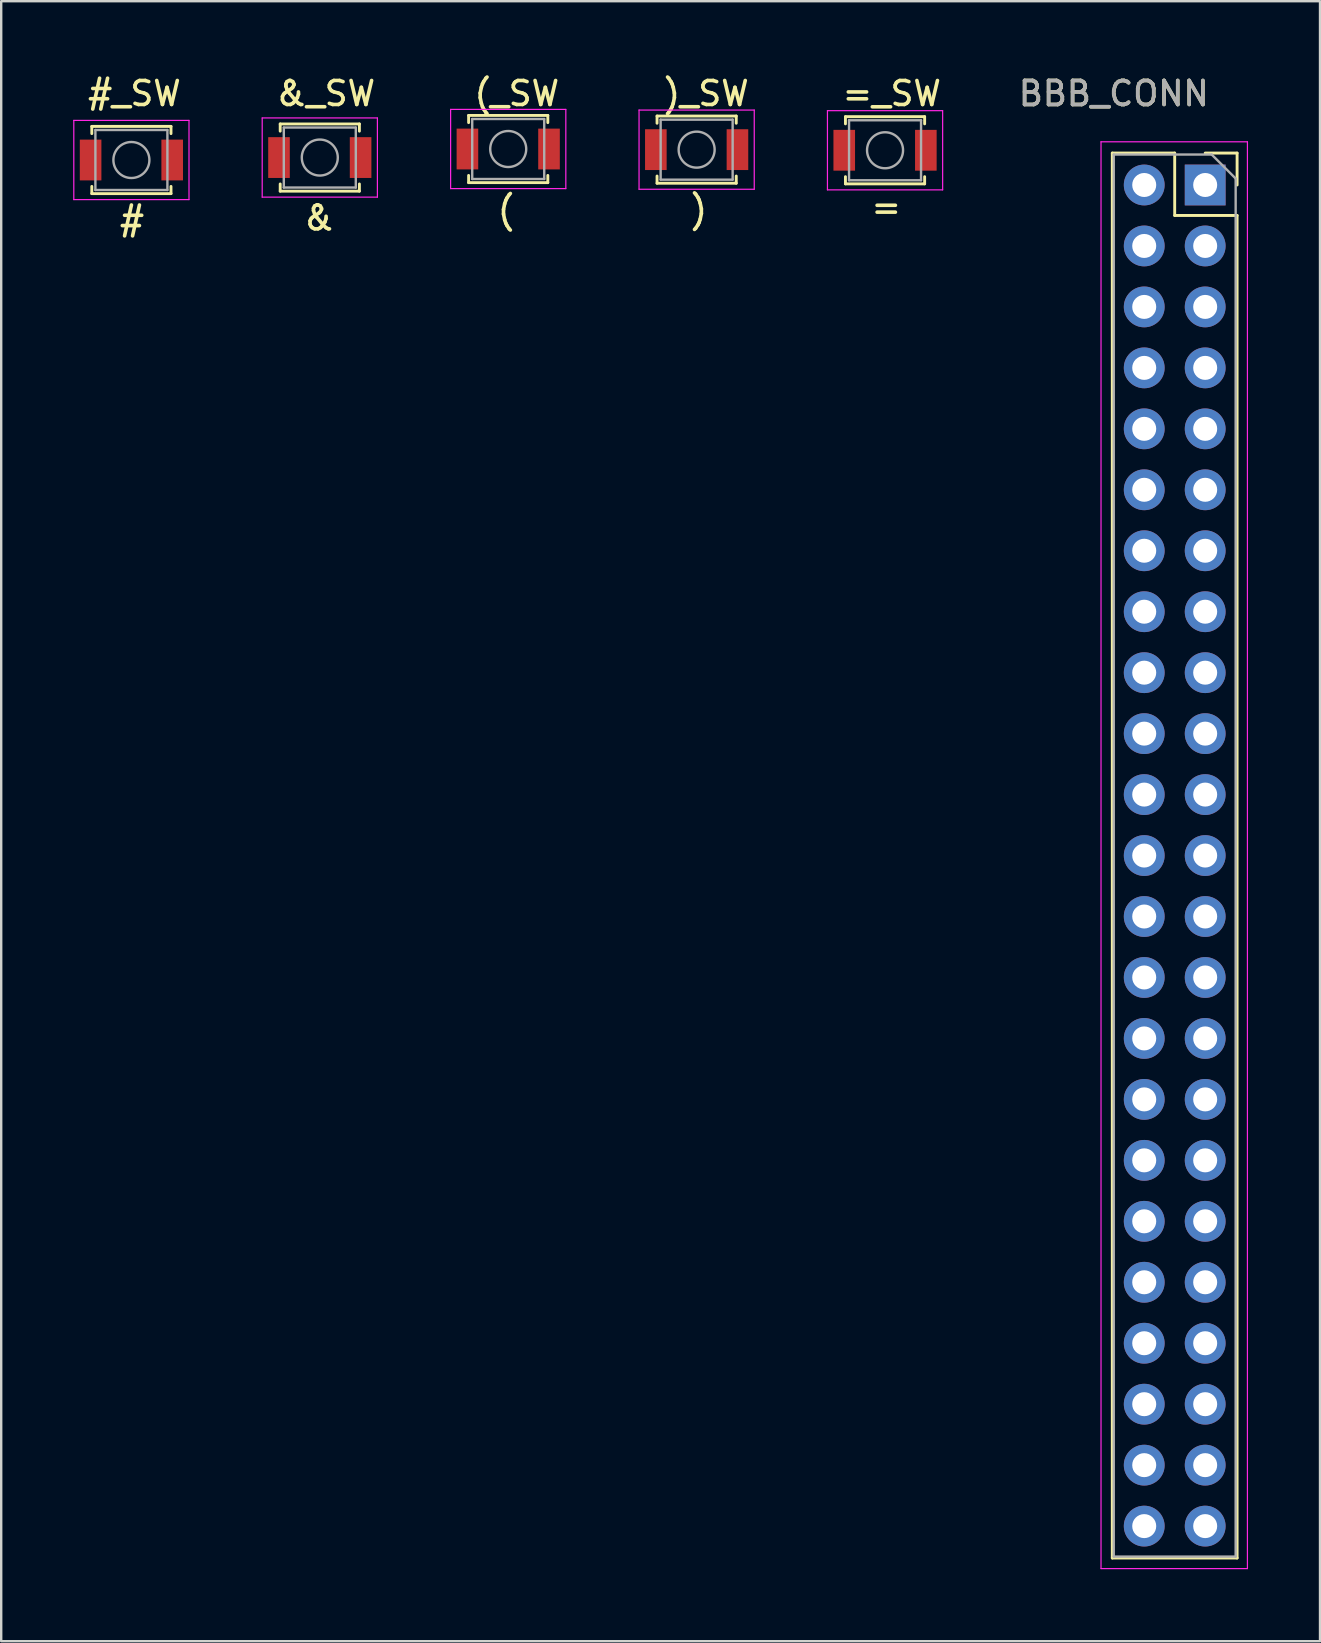
<source format=kicad_pcb>
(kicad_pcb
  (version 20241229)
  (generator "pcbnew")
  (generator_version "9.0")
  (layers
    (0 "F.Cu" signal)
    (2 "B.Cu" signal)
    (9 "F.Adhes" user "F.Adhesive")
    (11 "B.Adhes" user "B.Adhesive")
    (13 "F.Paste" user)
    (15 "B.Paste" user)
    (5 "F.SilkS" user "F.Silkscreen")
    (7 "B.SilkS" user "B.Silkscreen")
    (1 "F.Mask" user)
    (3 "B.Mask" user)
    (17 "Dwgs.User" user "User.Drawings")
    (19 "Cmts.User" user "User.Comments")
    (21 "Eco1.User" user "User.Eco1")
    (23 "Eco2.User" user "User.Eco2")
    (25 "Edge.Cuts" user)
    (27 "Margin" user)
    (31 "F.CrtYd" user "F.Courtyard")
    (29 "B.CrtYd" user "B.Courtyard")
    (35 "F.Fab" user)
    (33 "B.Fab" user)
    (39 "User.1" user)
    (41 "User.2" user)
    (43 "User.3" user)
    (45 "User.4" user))
  (footprint "&_SW"
    (layer "F.Cu")
    (at 10.199 6.182)
    (property "Reference" "&_SW" (at 0.33 -5.334 0) (layer "F.SilkS") (effects (font (size 1 1) (thickness 0.15))))
    (attr through_hole)
    (fp_line (start -1.574 -4.067) (end 1.726 -4.067) (stroke (width 0.12) (type solid)) (layer "F.SilkS"))
    (fp_line (start -1.574 -3.767) (end -1.574 -4.067) (stroke (width 0.12) (type solid)) (layer "F.SilkS"))
    (fp_line (start -1.574 -1.567) (end -1.574 -1.267) (stroke (width 0.12) (type solid)) (layer "F.SilkS"))
    (fp_line (start -1.574 -1.267) (end 1.726 -1.267) (stroke (width 0.12) (type solid)) (layer "F.SilkS"))
    (fp_line (start 1.726 -4.067) (end 1.726 -3.767) (stroke (width 0.12) (type solid)) (layer "F.SilkS"))
    (fp_line (start 1.726 -1.267) (end 1.726 -1.567) (stroke (width 0.12) (type solid)) (layer "F.SilkS"))
    (fp_line (start -2.324 -4.317) (end -2.324 -1.017) (stroke (width 0.05) (type solid)) (layer "F.CrtYd"))
    (fp_line (start -2.324 -1.017) (end 2.476 -1.017) (stroke (width 0.05) (type solid)) (layer "F.CrtYd"))
    (fp_line (start 2.476 -4.317) (end -2.324 -4.317) (stroke (width 0.05) (type solid)) (layer "F.CrtYd"))
    (fp_line (start 2.476 -1.017) (end 2.476 -4.317) (stroke (width 0.05) (type solid)) (layer "F.CrtYd"))
    (fp_line (start -1.424 -3.917) (end 1.576 -3.917) (stroke (width 0.1) (type solid)) (layer "F.Fab"))
    (fp_line (start -1.424 -1.417) (end -1.424 -3.917) (stroke (width 0.1) (type solid)) (layer "F.Fab"))
    (fp_line (start 1.576 -3.917) (end 1.576 -1.417) (stroke (width 0.1) (type solid)) (layer "F.Fab"))
    (fp_line (start 1.576 -1.417) (end -1.424 -1.417) (stroke (width 0.1) (type solid)) (layer "F.Fab"))
    (fp_circle (center 0.076 -2.667) (end 0.826 -2.667) (stroke (width 0.1) (type solid)) (fill no) (layer "F.Fab"))
    (fp_text user "&" (at 0.051 -0.152 0) (layer "F.SilkS") (effects (font (size 1 1) (thickness 0.15))))
    (pad "1" smd rect (at -1.624 -2.667) (size 0.9 1.7) (layers "F.Cu" "F.Mask" "F.Paste"))
    (pad "2" smd rect (at 1.776 -2.667) (size 0.9 1.7) (layers "F.Cu" "F.Mask" "F.Paste")))
  (footprint "BBB_CONN"
    (layer "F.Cu")
    (at 45.896 31.328)
    (property "Reference" "BBB_CONN" (at -2.54 -30.48 0) (layer "F.SilkS") (effects (font (size 1 1) (thickness 0.15))))
    (attr through_hole)
    (fp_line (start -2.6 -28) (end -2.6 30.54) (stroke (width 0.12) (type solid)) (layer "F.SilkS"))
    (fp_line (start -2.6 -28) (end 0 -28) (stroke (width 0.12) (type solid)) (layer "F.SilkS"))
    (fp_line (start -2.6 30.54) (end 2.6 30.54) (stroke (width 0.12) (type solid)) (layer "F.SilkS"))
    (fp_line (start 0 -28) (end 0 -25.4) (stroke (width 0.12) (type solid)) (layer "F.SilkS"))
    (fp_line (start 0 -25.4) (end 2.6 -25.4) (stroke (width 0.12) (type solid)) (layer "F.SilkS"))
    (fp_line (start 1.27 -28) (end 2.6 -28) (stroke (width 0.12) (type solid)) (layer "F.SilkS"))
    (fp_line (start 2.6 -28) (end 2.6 -26.67) (stroke (width 0.12) (type solid)) (layer "F.SilkS"))
    (fp_line (start 2.6 -25.4) (end 2.6 30.54) (stroke (width 0.12) (type solid)) (layer "F.SilkS"))
    (fp_line (start -3.07 -28.47) (end 3.03 -28.47) (stroke (width 0.05) (type solid)) (layer "F.CrtYd"))
    (fp_line (start -3.07 30.98) (end -3.07 -28.47) (stroke (width 0.05) (type solid)) (layer "F.CrtYd"))
    (fp_line (start 3.03 -28.47) (end 3.03 30.98) (stroke (width 0.05) (type solid)) (layer "F.CrtYd"))
    (fp_line (start 3.03 30.98) (end -3.07 30.98) (stroke (width 0.05) (type solid)) (layer "F.CrtYd"))
    (fp_line (start -2.54 -27.94) (end 1.54 -27.94) (stroke (width 0.1) (type solid)) (layer "F.Fab"))
    (fp_line (start -2.54 30.48) (end -2.54 -27.94) (stroke (width 0.1) (type solid)) (layer "F.Fab"))
    (fp_line (start 1.54 -27.94) (end 2.54 -26.94) (stroke (width 0.1) (type solid)) (layer "F.Fab"))
    (fp_line (start 2.54 -26.94) (end 2.54 30.48) (stroke (width 0.1) (type solid)) (layer "F.Fab"))
    (fp_line (start 2.54 30.48) (end -2.54 30.48) (stroke (width 0.1) (type solid)) (layer "F.Fab"))
    (fp_text user "${REFERENCE}" (at -2.54 -30.48 180) (layer "F.Fab") (effects (font (size 1 1) (thickness 0.15))))
    (pad "1" thru_hole rect (at 1.27 -26.67) (size 1.7 1.7) (drill 1) (layers "*.Cu" "*.Mask"))
    (pad "2" thru_hole oval (at -1.27 -26.67) (size 1.7 1.7) (drill 1) (layers "*.Cu" "*.Mask"))
    (pad "3" thru_hole oval (at 1.27 -24.13) (size 1.7 1.7) (drill 1) (layers "*.Cu" "*.Mask"))
    (pad "4" thru_hole oval (at -1.27 -24.13) (size 1.7 1.7) (drill 1) (layers "*.Cu" "*.Mask"))
    (pad "5" thru_hole oval (at 1.27 -21.59) (size 1.7 1.7) (drill 1) (layers "*.Cu" "*.Mask"))
    (pad "6" thru_hole oval (at -1.27 -21.59) (size 1.7 1.7) (drill 1) (layers "*.Cu" "*.Mask"))
    (pad "7" thru_hole oval (at 1.27 -19.05) (size 1.7 1.7) (drill 1) (layers "*.Cu" "*.Mask"))
    (pad "8" thru_hole oval (at -1.27 -19.05) (size 1.7 1.7) (drill 1) (layers "*.Cu" "*.Mask"))
    (pad "9" thru_hole oval (at 1.27 -16.51) (size 1.7 1.7) (drill 1) (layers "*.Cu" "*.Mask"))
    (pad "10" thru_hole oval (at -1.27 -16.51) (size 1.7 1.7) (drill 1) (layers "*.Cu" "*.Mask"))
    (pad "11" thru_hole oval (at 1.27 -13.97) (size 1.7 1.7) (drill 1) (layers "*.Cu" "*.Mask"))
    (pad "12" thru_hole oval (at -1.27 -13.97) (size 1.7 1.7) (drill 1) (layers "*.Cu" "*.Mask"))
    (pad "13" thru_hole oval (at 1.27 -11.43) (size 1.7 1.7) (drill 1) (layers "*.Cu" "*.Mask"))
    (pad "14" thru_hole oval (at -1.27 -11.43) (size 1.7 1.7) (drill 1) (layers "*.Cu" "*.Mask"))
    (pad "15" thru_hole oval (at 1.27 -8.89) (size 1.7 1.7) (drill 1) (layers "*.Cu" "*.Mask"))
    (pad "16" thru_hole oval (at -1.27 -8.89) (size 1.7 1.7) (drill 1) (layers "*.Cu" "*.Mask"))
    (pad "17" thru_hole oval (at 1.27 -6.35) (size 1.7 1.7) (drill 1) (layers "*.Cu" "*.Mask"))
    (pad "18" thru_hole oval (at -1.27 -6.35) (size 1.7 1.7) (drill 1) (layers "*.Cu" "*.Mask"))
    (pad "19" thru_hole oval (at 1.27 -3.81) (size 1.7 1.7) (drill 1) (layers "*.Cu" "*.Mask"))
    (pad "20" thru_hole oval (at -1.27 -3.81) (size 1.7 1.7) (drill 1) (layers "*.Cu" "*.Mask"))
    (pad "21" thru_hole oval (at 1.27 -1.27) (size 1.7 1.7) (drill 1) (layers "*.Cu" "*.Mask"))
    (pad "22" thru_hole oval (at -1.27 -1.27) (size 1.7 1.7) (drill 1) (layers "*.Cu" "*.Mask"))
    (pad "23" thru_hole oval (at 1.27 1.27) (size 1.7 1.7) (drill 1) (layers "*.Cu" "*.Mask"))
    (pad "24" thru_hole oval (at -1.27 1.27) (size 1.7 1.7) (drill 1) (layers "*.Cu" "*.Mask"))
    (pad "25" thru_hole oval (at 1.27 3.81) (size 1.7 1.7) (drill 1) (layers "*.Cu" "*.Mask"))
    (pad "26" thru_hole oval (at -1.27 3.81) (size 1.7 1.7) (drill 1) (layers "*.Cu" "*.Mask"))
    (pad "27" thru_hole oval (at 1.27 6.35) (size 1.7 1.7) (drill 1) (layers "*.Cu" "*.Mask"))
    (pad "28" thru_hole oval (at -1.27 6.35) (size 1.7 1.7) (drill 1) (layers "*.Cu" "*.Mask"))
    (pad "29" thru_hole oval (at 1.27 8.89) (size 1.7 1.7) (drill 1) (layers "*.Cu" "*.Mask"))
    (pad "30" thru_hole oval (at -1.27 8.89) (size 1.7 1.7) (drill 1) (layers "*.Cu" "*.Mask"))
    (pad "31" thru_hole oval (at 1.27 11.43) (size 1.7 1.7) (drill 1) (layers "*.Cu" "*.Mask"))
    (pad "32" thru_hole oval (at -1.27 11.43) (size 1.7 1.7) (drill 1) (layers "*.Cu" "*.Mask"))
    (pad "33" thru_hole oval (at 1.27 13.97) (size 1.7 1.7) (drill 1) (layers "*.Cu" "*.Mask"))
    (pad "34" thru_hole oval (at -1.27 13.97) (size 1.7 1.7) (drill 1) (layers "*.Cu" "*.Mask"))
    (pad "35" thru_hole oval (at 1.27 16.51) (size 1.7 1.7) (drill 1) (layers "*.Cu" "*.Mask"))
    (pad "36" thru_hole oval (at -1.27 16.51) (size 1.7 1.7) (drill 1) (layers "*.Cu" "*.Mask"))
    (pad "37" thru_hole oval (at 1.27 19.05) (size 1.7 1.7) (drill 1) (layers "*.Cu" "*.Mask"))
    (pad "38" thru_hole oval (at -1.27 19.05) (size 1.7 1.7) (drill 1) (layers "*.Cu" "*.Mask"))
    (pad "39" thru_hole oval (at 1.27 21.59) (size 1.7 1.7) (drill 1) (layers "*.Cu" "*.Mask"))
    (pad "40" thru_hole oval (at -1.27 21.59) (size 1.7 1.7) (drill 1) (layers "*.Cu" "*.Mask"))
    (pad "41" thru_hole oval (at 1.27 24.13) (size 1.7 1.7) (drill 1) (layers "*.Cu" "*.Mask"))
    (pad "42" thru_hole oval (at -1.27 24.13) (size 1.7 1.7) (drill 1) (layers "*.Cu" "*.Mask"))
    (pad "43" thru_hole oval (at 1.27 26.67) (size 1.7 1.7) (drill 1) (layers "*.Cu" "*.Mask"))
    (pad "44" thru_hole oval (at -1.27 26.67) (size 1.7 1.7) (drill 1) (layers "*.Cu" "*.Mask"))
    (pad "45" thru_hole oval (at 1.27 29.21) (size 1.7 1.7) (drill 1) (layers "*.Cu" "*.Mask"))
    (pad "46" thru_hole oval (at -1.27 29.21) (size 1.7 1.7) (drill 1) (layers "*.Cu" "*.Mask")))
  (footprint ")_SW"
    (layer "F.Cu")
    (at 26.002 3.693)
    (property "Reference" ")_SW" (at 0.381 -2.845 0) (layer "F.SilkS") (effects (font (size 1 1) (thickness 0.15))))
    (attr through_hole)
    (fp_line (start -1.675 -1.908) (end 1.625 -1.908) (stroke (width 0.12) (type solid)) (layer "F.SilkS"))
    (fp_line (start -1.675 -1.608) (end -1.675 -1.908) (stroke (width 0.12) (type solid)) (layer "F.SilkS"))
    (fp_line (start -1.675 0.592) (end -1.675 0.892) (stroke (width 0.12) (type solid)) (layer "F.SilkS"))
    (fp_line (start -1.675 0.892) (end 1.625 0.892) (stroke (width 0.12) (type solid)) (layer "F.SilkS"))
    (fp_line (start 1.625 -1.908) (end 1.625 -1.608) (stroke (width 0.12) (type solid)) (layer "F.SilkS"))
    (fp_line (start 1.625 0.892) (end 1.625 0.592) (stroke (width 0.12) (type solid)) (layer "F.SilkS"))
    (fp_line (start -2.425 -2.158) (end -2.425 1.142) (stroke (width 0.05) (type solid)) (layer "F.CrtYd"))
    (fp_line (start -2.425 1.142) (end 2.375 1.142) (stroke (width 0.05) (type solid)) (layer "F.CrtYd"))
    (fp_line (start 2.375 -2.158) (end -2.425 -2.158) (stroke (width 0.05) (type solid)) (layer "F.CrtYd"))
    (fp_line (start 2.375 1.142) (end 2.375 -2.158) (stroke (width 0.05) (type solid)) (layer "F.CrtYd"))
    (fp_line (start -1.525 -1.758) (end 1.475 -1.758) (stroke (width 0.1) (type solid)) (layer "F.Fab"))
    (fp_line (start -1.525 0.742) (end -1.525 -1.758) (stroke (width 0.1) (type solid)) (layer "F.Fab"))
    (fp_line (start 1.475 -1.758) (end 1.475 0.742) (stroke (width 0.1) (type solid)) (layer "F.Fab"))
    (fp_line (start 1.475 0.742) (end -1.525 0.742) (stroke (width 0.1) (type solid)) (layer "F.Fab"))
    (fp_circle (center -0.025 -0.508) (end 0.725 -0.508) (stroke (width 0.1) (type solid)) (fill no) (layer "F.Fab"))
    (fp_text user ")" (at 0.076 1.981 0) (layer "F.SilkS") (effects (font (size 1 1) (thickness 0.15))))
    (pad "1" smd rect (at -1.725 -0.508) (size 0.9 1.7) (layers "F.Cu" "F.Mask" "F.Paste"))
    (pad "2" smd rect (at 1.675 -0.508) (size 0.9 1.7) (layers "F.Cu" "F.Mask" "F.Paste")))
  (footprint "(_SW"
    (layer "F.Cu")
    (at 18.101 3.21)
    (property "Reference" "(_SW" (at 0.381 -2.362 0) (layer "F.SilkS") (effects (font (size 1 1) (thickness 0.15))))
    (attr through_hole)
    (fp_line (start -1.625 -1.451) (end 1.675 -1.451) (stroke (width 0.12) (type solid)) (layer "F.SilkS"))
    (fp_line (start -1.625 -1.151) (end -1.625 -1.451) (stroke (width 0.12) (type solid)) (layer "F.SilkS"))
    (fp_line (start -1.625 1.049) (end -1.625 1.349) (stroke (width 0.12) (type solid)) (layer "F.SilkS"))
    (fp_line (start -1.625 1.349) (end 1.675 1.349) (stroke (width 0.12) (type solid)) (layer "F.SilkS"))
    (fp_line (start 1.675 -1.451) (end 1.675 -1.151) (stroke (width 0.12) (type solid)) (layer "F.SilkS"))
    (fp_line (start 1.675 1.349) (end 1.675 1.049) (stroke (width 0.12) (type solid)) (layer "F.SilkS"))
    (fp_line (start -2.375 -1.701) (end -2.375 1.599) (stroke (width 0.05) (type solid)) (layer "F.CrtYd"))
    (fp_line (start -2.375 1.599) (end 2.425 1.599) (stroke (width 0.05) (type solid)) (layer "F.CrtYd"))
    (fp_line (start 2.425 -1.701) (end -2.375 -1.701) (stroke (width 0.05) (type solid)) (layer "F.CrtYd"))
    (fp_line (start 2.425 1.599) (end 2.425 -1.701) (stroke (width 0.05) (type solid)) (layer "F.CrtYd"))
    (fp_line (start -1.475 -1.301) (end 1.525 -1.301) (stroke (width 0.1) (type solid)) (layer "F.Fab"))
    (fp_line (start -1.475 1.199) (end -1.475 -1.301) (stroke (width 0.1) (type solid)) (layer "F.Fab"))
    (fp_line (start 1.525 -1.301) (end 1.525 1.199) (stroke (width 0.1) (type solid)) (layer "F.Fab"))
    (fp_line (start 1.525 1.199) (end -1.475 1.199) (stroke (width 0.1) (type solid)) (layer "F.Fab"))
    (fp_circle (center 0.025 -0.051) (end 0.775 -0.051) (stroke (width 0.1) (type solid)) (fill no) (layer "F.Fab"))
    (fp_text user "(" (at -0.076 2.489 0) (layer "F.SilkS") (effects (font (size 1 1) (thickness 0.15))))
    (pad "1" smd rect (at -1.675 -0.051) (size 0.9 1.7) (layers "F.Cu" "F.Mask" "F.Paste"))
    (pad "2" smd rect (at 1.725 -0.051) (size 0.9 1.7) (layers "F.Cu" "F.Mask" "F.Paste")))
  (footprint "=_SW"
    (layer "F.Cu")
    (at 33.852 3.287)
    (property "Reference" "=_SW" (at 0.254 -2.438 0) (layer "F.SilkS") (effects (font (size 1 1) (thickness 0.15))))
    (attr through_hole)
    (fp_line (start -1.675 -1.476) (end 1.625 -1.476) (stroke (width 0.12) (type solid)) (layer "F.SilkS"))
    (fp_line (start -1.675 -1.176) (end -1.675 -1.476) (stroke (width 0.12) (type solid)) (layer "F.SilkS"))
    (fp_line (start -1.675 1.024) (end -1.675 1.324) (stroke (width 0.12) (type solid)) (layer "F.SilkS"))
    (fp_line (start -1.675 1.324) (end 1.625 1.324) (stroke (width 0.12) (type solid)) (layer "F.SilkS"))
    (fp_line (start 1.625 -1.476) (end 1.625 -1.176) (stroke (width 0.12) (type solid)) (layer "F.SilkS"))
    (fp_line (start 1.625 1.324) (end 1.625 1.024) (stroke (width 0.12) (type solid)) (layer "F.SilkS"))
    (fp_line (start -2.425 -1.726) (end -2.425 1.574) (stroke (width 0.05) (type solid)) (layer "F.CrtYd"))
    (fp_line (start -2.425 1.574) (end 2.375 1.574) (stroke (width 0.05) (type solid)) (layer "F.CrtYd"))
    (fp_line (start 2.375 -1.726) (end -2.425 -1.726) (stroke (width 0.05) (type solid)) (layer "F.CrtYd"))
    (fp_line (start 2.375 1.574) (end 2.375 -1.726) (stroke (width 0.05) (type solid)) (layer "F.CrtYd"))
    (fp_line (start -1.525 -1.326) (end 1.475 -1.326) (stroke (width 0.1) (type solid)) (layer "F.Fab"))
    (fp_line (start -1.525 1.174) (end -1.525 -1.326) (stroke (width 0.1) (type solid)) (layer "F.Fab"))
    (fp_line (start 1.475 -1.326) (end 1.475 1.174) (stroke (width 0.1) (type solid)) (layer "F.Fab"))
    (fp_line (start 1.475 1.174) (end -1.525 1.174) (stroke (width 0.1) (type solid)) (layer "F.Fab"))
    (fp_circle (center -0.025 -0.076) (end 0.725 -0.076) (stroke (width 0.1) (type solid)) (fill no) (layer "F.Fab"))
    (fp_text user "=" (at 0.025 2.286 0) (layer "F.SilkS") (effects (font (size 1 1) (thickness 0.15))))
    (pad "1" smd rect (at -1.725 -0.076) (size 0.9 1.7) (layers "F.Cu" "F.Mask" "F.Paste"))
    (pad "2" smd rect (at 1.675 -0.076) (size 0.9 1.7) (layers "F.Cu" "F.Mask" "F.Paste")))
  (footprint "#_SW"
    (layer "F.Cu")
    (at 2.501 3.871)
    (property "Reference" "#_SW" (at 0.051 -3.023 0) (layer "F.SilkS") (effects (font (size 1 1) (thickness 0.15))))
    (attr through_hole)
    (fp_line (start -1.726 -1.654) (end 1.574 -1.654) (stroke (width 0.12) (type solid)) (layer "F.SilkS"))
    (fp_line (start -1.726 -1.354) (end -1.726 -1.654) (stroke (width 0.12) (type solid)) (layer "F.SilkS"))
    (fp_line (start -1.726 0.846) (end -1.726 1.146) (stroke (width 0.12) (type solid)) (layer "F.SilkS"))
    (fp_line (start -1.726 1.146) (end 1.574 1.146) (stroke (width 0.12) (type solid)) (layer "F.SilkS"))
    (fp_line (start 1.574 -1.654) (end 1.574 -1.354) (stroke (width 0.12) (type solid)) (layer "F.SilkS"))
    (fp_line (start 1.574 1.146) (end 1.574 0.846) (stroke (width 0.12) (type solid)) (layer "F.SilkS"))
    (fp_line (start -2.476 -1.904) (end -2.476 1.396) (stroke (width 0.05) (type solid)) (layer "F.CrtYd"))
    (fp_line (start -2.476 1.396) (end 2.324 1.396) (stroke (width 0.05) (type solid)) (layer "F.CrtYd"))
    (fp_line (start 2.324 -1.904) (end -2.476 -1.904) (stroke (width 0.05) (type solid)) (layer "F.CrtYd"))
    (fp_line (start 2.324 1.396) (end 2.324 -1.904) (stroke (width 0.05) (type solid)) (layer "F.CrtYd"))
    (fp_line (start -1.576 -1.504) (end 1.424 -1.504) (stroke (width 0.1) (type solid)) (layer "F.Fab"))
    (fp_line (start -1.576 0.996) (end -1.576 -1.504) (stroke (width 0.1) (type solid)) (layer "F.Fab"))
    (fp_line (start 1.424 -1.504) (end 1.424 0.996) (stroke (width 0.1) (type solid)) (layer "F.Fab"))
    (fp_line (start 1.424 0.996) (end -1.576 0.996) (stroke (width 0.1) (type solid)) (layer "F.Fab"))
    (fp_circle (center -0.076 -0.254) (end 0.674 -0.254) (stroke (width 0.1) (type solid)) (fill no) (layer "F.Fab"))
    (fp_text user "#" (at -0.051 2.261 0) (layer "F.SilkS") (effects (font (size 1 1) (thickness 0.15))))
    (pad "1" smd rect (at -1.776 -0.254) (size 0.9 1.7) (layers "F.Cu" "F.Mask" "F.Paste"))
    (pad "2" smd rect (at 1.624 -0.254) (size 0.9 1.7) (layers "F.Cu" "F.Mask" "F.Paste")))
  (gr_rect
    (start -3 -3)
    (end 51.951 65.333)
    (stroke (width 0.1) (type default))
    (fill no)
    (layer "Edge.Cuts")))
</source>
